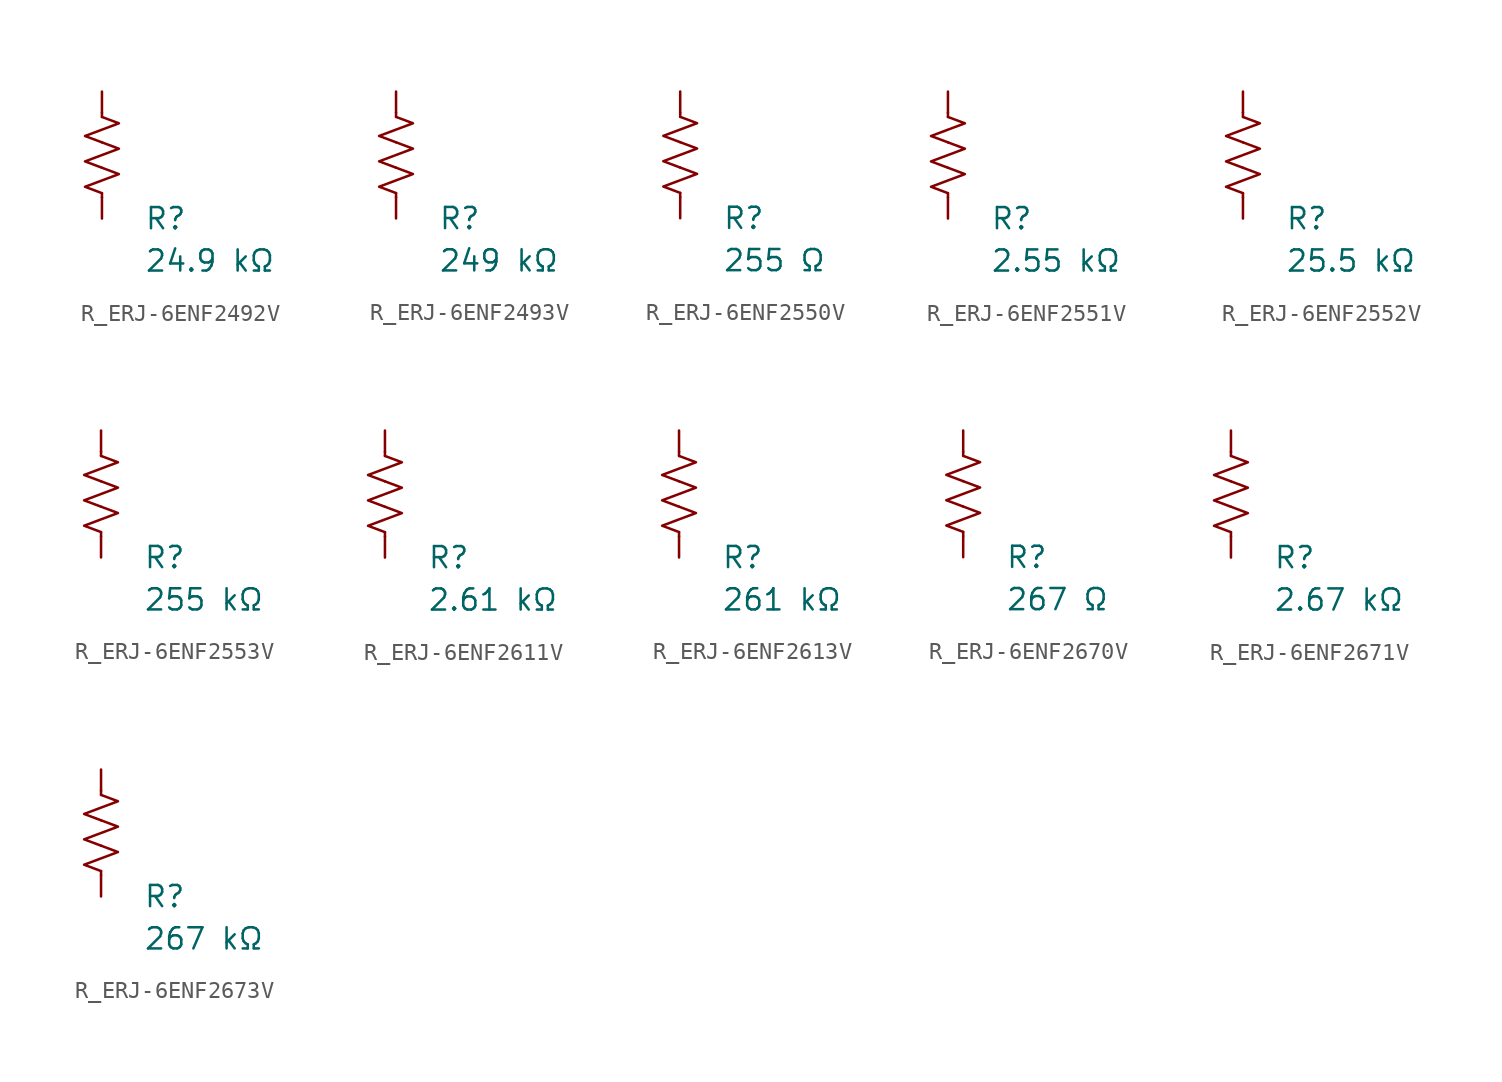
<source format=kicad_sym>
(kicad_symbol_lib
  (version 20231120)
  (generator "kicad_symbol_editor")
  (generator_version "8.0")
  (symbol "R_ERJ-6ENF2492V"
    (pin_numbers hide)
    (pin_names
      (offset 0))
    (property "Reference" "R"
      (at 2.54 -3.81 0)
      (effects (font (size 1.27 1.27)) (justify left))
      (show_name no))
    (property "Value" "24.9 kΩ"
      (at 2.54 -6.35 0)
      (effects (font (size 1.27 1.27)) (justify left))
      (show_name no))
    (symbol "R_ERJ-6ENF2492V_0_1"
      (polyline (pts (xy 0 -2.286) (xy 0 -2.54)) (stroke (width 0) (type default)) (fill (type none)))
      (polyline (pts (xy 0 2.286) (xy 0 2.54)) (stroke (width 0) (type default)) (fill (type none)))
      (polyline (pts (xy 0 -0.762) (xy 1.016 -1.143) (xy 0 -1.524) (xy -1.016 -1.905) (xy 0 -2.286)) (stroke (width 0) (type default)) (fill (type none)))
      (polyline (pts (xy 0 0.762) (xy 1.016 0.381) (xy 0 0) (xy -1.016 -0.381) (xy 0 -0.762)) (stroke (width 0) (type default)) (fill (type none)))
      (polyline (pts (xy 0 2.286) (xy 1.016 1.905) (xy 0 1.524) (xy -1.016 1.143) (xy 0 0.762)) (stroke (width 0) (type default)) (fill (type none))))
    (symbol "R_ERJ-6ENF2492V_1_1"
      (pin passive line (at 0 3.81 270) (length 1.27) (name "~" (effects (font (size 1.27 1.27)))) (number "1" (effects (font (size 1.27 1.27)))))
      (pin passive line (at 0 -3.81 90) (length 1.27) (name "~" (effects (font (size 1.27 1.27)))) (number "2" (effects (font (size 1.27 1.27)))))))
  (symbol "R_ERJ-6ENF2493V"
    (pin_numbers hide)
    (pin_names
      (offset 0))
    (property "Reference" "R"
      (at 2.54 -3.81 0)
      (effects (font (size 1.27 1.27)) (justify left))
      (show_name no))
    (property "Value" "249 kΩ"
      (at 2.54 -6.35 0)
      (effects (font (size 1.27 1.27)) (justify left))
      (show_name no))
    (symbol "R_ERJ-6ENF2493V_0_1"
      (polyline (pts (xy 0 -2.286) (xy 0 -2.54)) (stroke (width 0) (type default)) (fill (type none)))
      (polyline (pts (xy 0 2.286) (xy 0 2.54)) (stroke (width 0) (type default)) (fill (type none)))
      (polyline (pts (xy 0 -0.762) (xy 1.016 -1.143) (xy 0 -1.524) (xy -1.016 -1.905) (xy 0 -2.286)) (stroke (width 0) (type default)) (fill (type none)))
      (polyline (pts (xy 0 0.762) (xy 1.016 0.381) (xy 0 0) (xy -1.016 -0.381) (xy 0 -0.762)) (stroke (width 0) (type default)) (fill (type none)))
      (polyline (pts (xy 0 2.286) (xy 1.016 1.905) (xy 0 1.524) (xy -1.016 1.143) (xy 0 0.762)) (stroke (width 0) (type default)) (fill (type none))))
    (symbol "R_ERJ-6ENF2493V_1_1"
      (pin passive line (at 0 3.81 270) (length 1.27) (name "~" (effects (font (size 1.27 1.27)))) (number "1" (effects (font (size 1.27 1.27)))))
      (pin passive line (at 0 -3.81 90) (length 1.27) (name "~" (effects (font (size 1.27 1.27)))) (number "2" (effects (font (size 1.27 1.27)))))))
  (symbol "R_ERJ-6ENF2550V"
    (pin_numbers hide)
    (pin_names
      (offset 0))
    (property "Reference" "R"
      (at 2.54 -3.81 0)
      (effects (font (size 1.27 1.27)) (justify left))
      (show_name no))
    (property "Value" "255 Ω"
      (at 2.54 -6.35 0)
      (effects (font (size 1.27 1.27)) (justify left))
      (show_name no))
    (symbol "R_ERJ-6ENF2550V_0_1"
      (polyline (pts (xy 0 -2.286) (xy 0 -2.54)) (stroke (width 0) (type default)) (fill (type none)))
      (polyline (pts (xy 0 2.286) (xy 0 2.54)) (stroke (width 0) (type default)) (fill (type none)))
      (polyline (pts (xy 0 -0.762) (xy 1.016 -1.143) (xy 0 -1.524) (xy -1.016 -1.905) (xy 0 -2.286)) (stroke (width 0) (type default)) (fill (type none)))
      (polyline (pts (xy 0 0.762) (xy 1.016 0.381) (xy 0 0) (xy -1.016 -0.381) (xy 0 -0.762)) (stroke (width 0) (type default)) (fill (type none)))
      (polyline (pts (xy 0 2.286) (xy 1.016 1.905) (xy 0 1.524) (xy -1.016 1.143) (xy 0 0.762)) (stroke (width 0) (type default)) (fill (type none))))
    (symbol "R_ERJ-6ENF2550V_1_1"
      (pin passive line (at 0 3.81 270) (length 1.27) (name "~" (effects (font (size 1.27 1.27)))) (number "1" (effects (font (size 1.27 1.27)))))
      (pin passive line (at 0 -3.81 90) (length 1.27) (name "~" (effects (font (size 1.27 1.27)))) (number "2" (effects (font (size 1.27 1.27)))))))
  (symbol "R_ERJ-6ENF2551V"
    (pin_numbers hide)
    (pin_names
      (offset 0))
    (property "Reference" "R"
      (at 2.54 -3.81 0)
      (effects (font (size 1.27 1.27)) (justify left))
      (show_name no))
    (property "Value" "2.55 kΩ"
      (at 2.54 -6.35 0)
      (effects (font (size 1.27 1.27)) (justify left))
      (show_name no))
    (symbol "R_ERJ-6ENF2551V_0_1"
      (polyline (pts (xy 0 -2.286) (xy 0 -2.54)) (stroke (width 0) (type default)) (fill (type none)))
      (polyline (pts (xy 0 2.286) (xy 0 2.54)) (stroke (width 0) (type default)) (fill (type none)))
      (polyline (pts (xy 0 -0.762) (xy 1.016 -1.143) (xy 0 -1.524) (xy -1.016 -1.905) (xy 0 -2.286)) (stroke (width 0) (type default)) (fill (type none)))
      (polyline (pts (xy 0 0.762) (xy 1.016 0.381) (xy 0 0) (xy -1.016 -0.381) (xy 0 -0.762)) (stroke (width 0) (type default)) (fill (type none)))
      (polyline (pts (xy 0 2.286) (xy 1.016 1.905) (xy 0 1.524) (xy -1.016 1.143) (xy 0 0.762)) (stroke (width 0) (type default)) (fill (type none))))
    (symbol "R_ERJ-6ENF2551V_1_1"
      (pin passive line (at 0 3.81 270) (length 1.27) (name "~" (effects (font (size 1.27 1.27)))) (number "1" (effects (font (size 1.27 1.27)))))
      (pin passive line (at 0 -3.81 90) (length 1.27) (name "~" (effects (font (size 1.27 1.27)))) (number "2" (effects (font (size 1.27 1.27)))))))
  (symbol "R_ERJ-6ENF2552V"
    (pin_numbers hide)
    (pin_names
      (offset 0))
    (property "Reference" "R"
      (at 2.54 -3.81 0)
      (effects (font (size 1.27 1.27)) (justify left))
      (show_name no))
    (property "Value" "25.5 kΩ"
      (at 2.54 -6.35 0)
      (effects (font (size 1.27 1.27)) (justify left))
      (show_name no))
    (symbol "R_ERJ-6ENF2552V_0_1"
      (polyline (pts (xy 0 -2.286) (xy 0 -2.54)) (stroke (width 0) (type default)) (fill (type none)))
      (polyline (pts (xy 0 2.286) (xy 0 2.54)) (stroke (width 0) (type default)) (fill (type none)))
      (polyline (pts (xy 0 -0.762) (xy 1.016 -1.143) (xy 0 -1.524) (xy -1.016 -1.905) (xy 0 -2.286)) (stroke (width 0) (type default)) (fill (type none)))
      (polyline (pts (xy 0 0.762) (xy 1.016 0.381) (xy 0 0) (xy -1.016 -0.381) (xy 0 -0.762)) (stroke (width 0) (type default)) (fill (type none)))
      (polyline (pts (xy 0 2.286) (xy 1.016 1.905) (xy 0 1.524) (xy -1.016 1.143) (xy 0 0.762)) (stroke (width 0) (type default)) (fill (type none))))
    (symbol "R_ERJ-6ENF2552V_1_1"
      (pin passive line (at 0 3.81 270) (length 1.27) (name "~" (effects (font (size 1.27 1.27)))) (number "1" (effects (font (size 1.27 1.27)))))
      (pin passive line (at 0 -3.81 90) (length 1.27) (name "~" (effects (font (size 1.27 1.27)))) (number "2" (effects (font (size 1.27 1.27)))))))
  (symbol "R_ERJ-6ENF2553V"
    (pin_numbers hide)
    (pin_names
      (offset 0))
    (property "Reference" "R"
      (at 2.54 -3.81 0)
      (effects (font (size 1.27 1.27)) (justify left))
      (show_name no))
    (property "Value" "255 kΩ"
      (at 2.54 -6.35 0)
      (effects (font (size 1.27 1.27)) (justify left))
      (show_name no))
    (symbol "R_ERJ-6ENF2553V_0_1"
      (polyline (pts (xy 0 -2.286) (xy 0 -2.54)) (stroke (width 0) (type default)) (fill (type none)))
      (polyline (pts (xy 0 2.286) (xy 0 2.54)) (stroke (width 0) (type default)) (fill (type none)))
      (polyline (pts (xy 0 -0.762) (xy 1.016 -1.143) (xy 0 -1.524) (xy -1.016 -1.905) (xy 0 -2.286)) (stroke (width 0) (type default)) (fill (type none)))
      (polyline (pts (xy 0 0.762) (xy 1.016 0.381) (xy 0 0) (xy -1.016 -0.381) (xy 0 -0.762)) (stroke (width 0) (type default)) (fill (type none)))
      (polyline (pts (xy 0 2.286) (xy 1.016 1.905) (xy 0 1.524) (xy -1.016 1.143) (xy 0 0.762)) (stroke (width 0) (type default)) (fill (type none))))
    (symbol "R_ERJ-6ENF2553V_1_1"
      (pin passive line (at 0 3.81 270) (length 1.27) (name "~" (effects (font (size 1.27 1.27)))) (number "1" (effects (font (size 1.27 1.27)))))
      (pin passive line (at 0 -3.81 90) (length 1.27) (name "~" (effects (font (size 1.27 1.27)))) (number "2" (effects (font (size 1.27 1.27)))))))
  (symbol "R_ERJ-6ENF2611V"
    (pin_numbers hide)
    (pin_names
      (offset 0))
    (property "Reference" "R"
      (at 2.54 -3.81 0)
      (effects (font (size 1.27 1.27)) (justify left))
      (show_name no))
    (property "Value" "2.61 kΩ"
      (at 2.54 -6.35 0)
      (effects (font (size 1.27 1.27)) (justify left))
      (show_name no))
    (symbol "R_ERJ-6ENF2611V_0_1"
      (polyline (pts (xy 0 -2.286) (xy 0 -2.54)) (stroke (width 0) (type default)) (fill (type none)))
      (polyline (pts (xy 0 2.286) (xy 0 2.54)) (stroke (width 0) (type default)) (fill (type none)))
      (polyline (pts (xy 0 -0.762) (xy 1.016 -1.143) (xy 0 -1.524) (xy -1.016 -1.905) (xy 0 -2.286)) (stroke (width 0) (type default)) (fill (type none)))
      (polyline (pts (xy 0 0.762) (xy 1.016 0.381) (xy 0 0) (xy -1.016 -0.381) (xy 0 -0.762)) (stroke (width 0) (type default)) (fill (type none)))
      (polyline (pts (xy 0 2.286) (xy 1.016 1.905) (xy 0 1.524) (xy -1.016 1.143) (xy 0 0.762)) (stroke (width 0) (type default)) (fill (type none))))
    (symbol "R_ERJ-6ENF2611V_1_1"
      (pin passive line (at 0 3.81 270) (length 1.27) (name "~" (effects (font (size 1.27 1.27)))) (number "1" (effects (font (size 1.27 1.27)))))
      (pin passive line (at 0 -3.81 90) (length 1.27) (name "~" (effects (font (size 1.27 1.27)))) (number "2" (effects (font (size 1.27 1.27)))))))
  (symbol "R_ERJ-6ENF2613V"
    (pin_numbers hide)
    (pin_names
      (offset 0))
    (property "Reference" "R"
      (at 2.54 -3.81 0)
      (effects (font (size 1.27 1.27)) (justify left))
      (show_name no))
    (property "Value" "261 kΩ"
      (at 2.54 -6.35 0)
      (effects (font (size 1.27 1.27)) (justify left))
      (show_name no))
    (symbol "R_ERJ-6ENF2613V_0_1"
      (polyline (pts (xy 0 -2.286) (xy 0 -2.54)) (stroke (width 0) (type default)) (fill (type none)))
      (polyline (pts (xy 0 2.286) (xy 0 2.54)) (stroke (width 0) (type default)) (fill (type none)))
      (polyline (pts (xy 0 -0.762) (xy 1.016 -1.143) (xy 0 -1.524) (xy -1.016 -1.905) (xy 0 -2.286)) (stroke (width 0) (type default)) (fill (type none)))
      (polyline (pts (xy 0 0.762) (xy 1.016 0.381) (xy 0 0) (xy -1.016 -0.381) (xy 0 -0.762)) (stroke (width 0) (type default)) (fill (type none)))
      (polyline (pts (xy 0 2.286) (xy 1.016 1.905) (xy 0 1.524) (xy -1.016 1.143) (xy 0 0.762)) (stroke (width 0) (type default)) (fill (type none))))
    (symbol "R_ERJ-6ENF2613V_1_1"
      (pin passive line (at 0 3.81 270) (length 1.27) (name "~" (effects (font (size 1.27 1.27)))) (number "1" (effects (font (size 1.27 1.27)))))
      (pin passive line (at 0 -3.81 90) (length 1.27) (name "~" (effects (font (size 1.27 1.27)))) (number "2" (effects (font (size 1.27 1.27)))))))
  (symbol "R_ERJ-6ENF2670V"
    (pin_numbers hide)
    (pin_names
      (offset 0))
    (property "Reference" "R"
      (at 2.54 -3.81 0)
      (effects (font (size 1.27 1.27)) (justify left))
      (show_name no))
    (property "Value" "267 Ω"
      (at 2.54 -6.35 0)
      (effects (font (size 1.27 1.27)) (justify left))
      (show_name no))
    (symbol "R_ERJ-6ENF2670V_0_1"
      (polyline (pts (xy 0 -2.286) (xy 0 -2.54)) (stroke (width 0) (type default)) (fill (type none)))
      (polyline (pts (xy 0 2.286) (xy 0 2.54)) (stroke (width 0) (type default)) (fill (type none)))
      (polyline (pts (xy 0 -0.762) (xy 1.016 -1.143) (xy 0 -1.524) (xy -1.016 -1.905) (xy 0 -2.286)) (stroke (width 0) (type default)) (fill (type none)))
      (polyline (pts (xy 0 0.762) (xy 1.016 0.381) (xy 0 0) (xy -1.016 -0.381) (xy 0 -0.762)) (stroke (width 0) (type default)) (fill (type none)))
      (polyline (pts (xy 0 2.286) (xy 1.016 1.905) (xy 0 1.524) (xy -1.016 1.143) (xy 0 0.762)) (stroke (width 0) (type default)) (fill (type none))))
    (symbol "R_ERJ-6ENF2670V_1_1"
      (pin passive line (at 0 3.81 270) (length 1.27) (name "~" (effects (font (size 1.27 1.27)))) (number "1" (effects (font (size 1.27 1.27)))))
      (pin passive line (at 0 -3.81 90) (length 1.27) (name "~" (effects (font (size 1.27 1.27)))) (number "2" (effects (font (size 1.27 1.27)))))))
  (symbol "R_ERJ-6ENF2671V"
    (pin_numbers hide)
    (pin_names
      (offset 0))
    (property "Reference" "R"
      (at 2.54 -3.81 0)
      (effects (font (size 1.27 1.27)) (justify left))
      (show_name no))
    (property "Value" "2.67 kΩ"
      (at 2.54 -6.35 0)
      (effects (font (size 1.27 1.27)) (justify left))
      (show_name no))
    (symbol "R_ERJ-6ENF2671V_0_1"
      (polyline (pts (xy 0 -2.286) (xy 0 -2.54)) (stroke (width 0) (type default)) (fill (type none)))
      (polyline (pts (xy 0 2.286) (xy 0 2.54)) (stroke (width 0) (type default)) (fill (type none)))
      (polyline (pts (xy 0 -0.762) (xy 1.016 -1.143) (xy 0 -1.524) (xy -1.016 -1.905) (xy 0 -2.286)) (stroke (width 0) (type default)) (fill (type none)))
      (polyline (pts (xy 0 0.762) (xy 1.016 0.381) (xy 0 0) (xy -1.016 -0.381) (xy 0 -0.762)) (stroke (width 0) (type default)) (fill (type none)))
      (polyline (pts (xy 0 2.286) (xy 1.016 1.905) (xy 0 1.524) (xy -1.016 1.143) (xy 0 0.762)) (stroke (width 0) (type default)) (fill (type none))))
    (symbol "R_ERJ-6ENF2671V_1_1"
      (pin passive line (at 0 3.81 270) (length 1.27) (name "~" (effects (font (size 1.27 1.27)))) (number "1" (effects (font (size 1.27 1.27)))))
      (pin passive line (at 0 -3.81 90) (length 1.27) (name "~" (effects (font (size 1.27 1.27)))) (number "2" (effects (font (size 1.27 1.27)))))))
  (symbol "R_ERJ-6ENF2673V"
    (pin_numbers hide)
    (pin_names
      (offset 0))
    (property "Reference" "R"
      (at 2.54 -3.81 0)
      (effects (font (size 1.27 1.27)) (justify left))
      (show_name no))
    (property "Value" "267 kΩ"
      (at 2.54 -6.35 0)
      (effects (font (size 1.27 1.27)) (justify left))
      (show_name no))
    (symbol "R_ERJ-6ENF2673V_0_1"
      (polyline (pts (xy 0 -2.286) (xy 0 -2.54)) (stroke (width 0) (type default)) (fill (type none)))
      (polyline (pts (xy 0 2.286) (xy 0 2.54)) (stroke (width 0) (type default)) (fill (type none)))
      (polyline (pts (xy 0 -0.762) (xy 1.016 -1.143) (xy 0 -1.524) (xy -1.016 -1.905) (xy 0 -2.286)) (stroke (width 0) (type default)) (fill (type none)))
      (polyline (pts (xy 0 0.762) (xy 1.016 0.381) (xy 0 0) (xy -1.016 -0.381) (xy 0 -0.762)) (stroke (width 0) (type default)) (fill (type none)))
      (polyline (pts (xy 0 2.286) (xy 1.016 1.905) (xy 0 1.524) (xy -1.016 1.143) (xy 0 0.762)) (stroke (width 0) (type default)) (fill (type none))))
    (symbol "R_ERJ-6ENF2673V_1_1"
      (pin passive line (at 0 3.81 270) (length 1.27) (name "~" (effects (font (size 1.27 1.27)))) (number "1" (effects (font (size 1.27 1.27)))))
      (pin passive line (at 0 -3.81 90) (length 1.27) (name "~" (effects (font (size 1.27 1.27)))) (number "2" (effects (font (size 1.27 1.27))))))))
</source>
